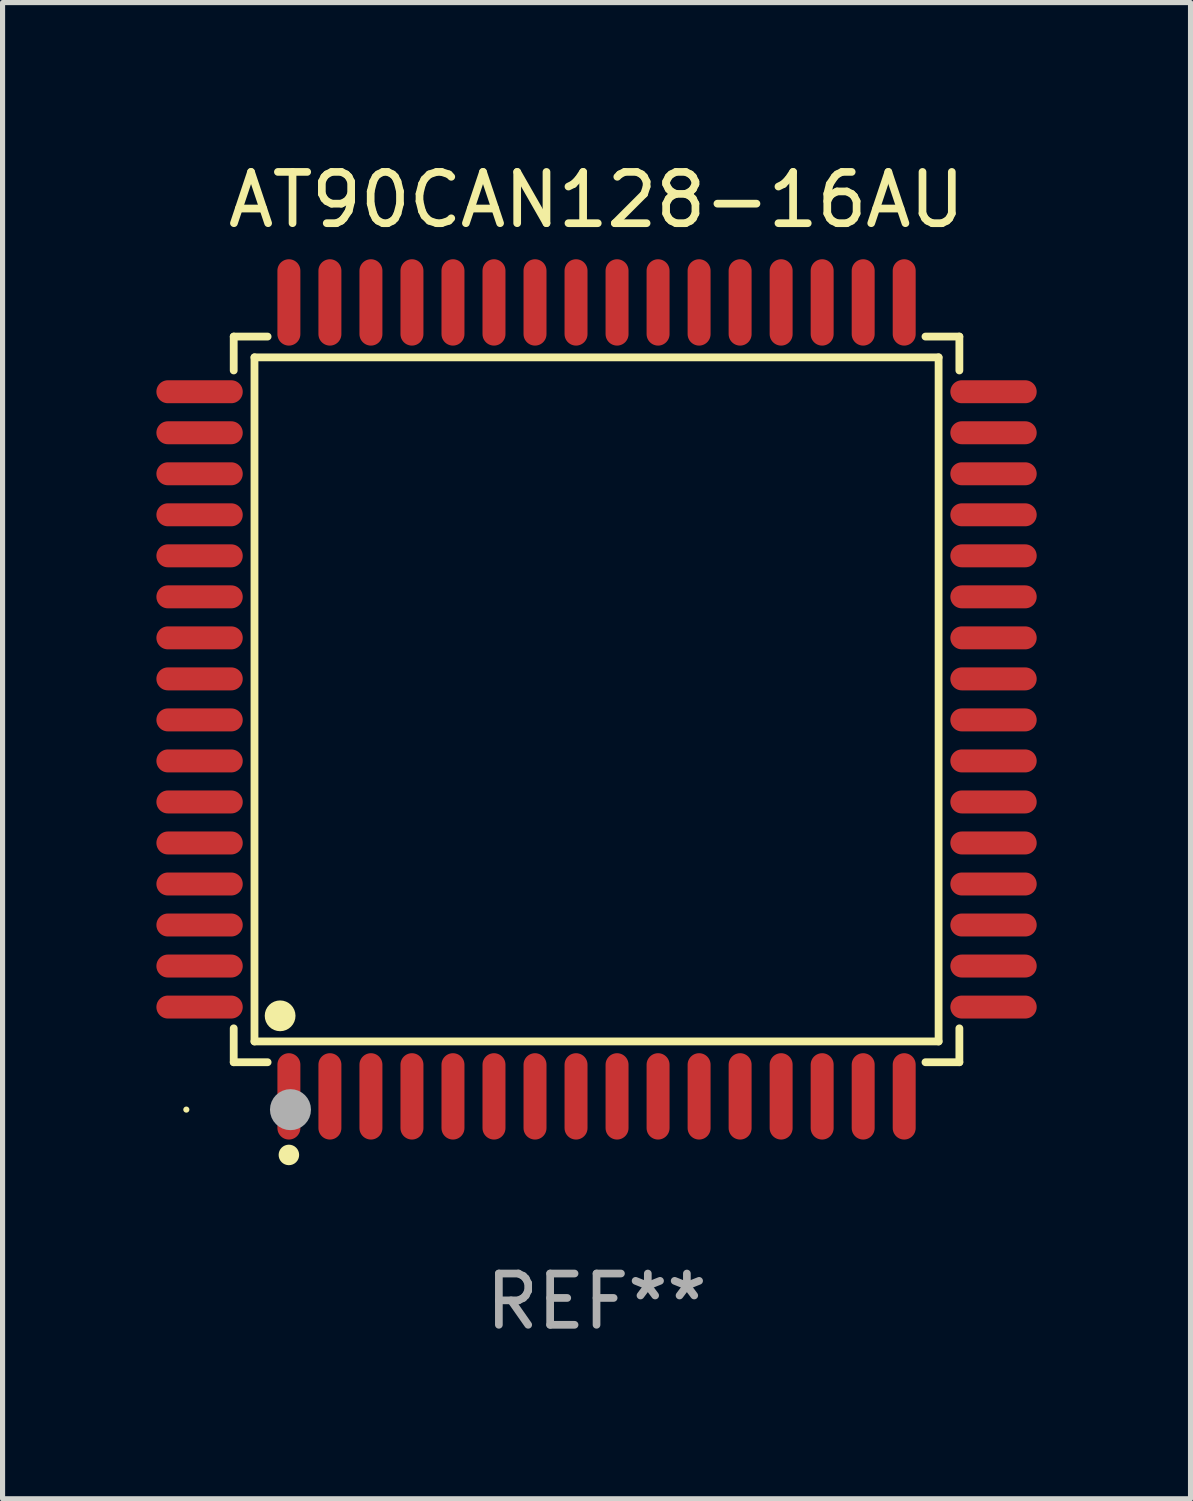
<source format=kicad_pcb>
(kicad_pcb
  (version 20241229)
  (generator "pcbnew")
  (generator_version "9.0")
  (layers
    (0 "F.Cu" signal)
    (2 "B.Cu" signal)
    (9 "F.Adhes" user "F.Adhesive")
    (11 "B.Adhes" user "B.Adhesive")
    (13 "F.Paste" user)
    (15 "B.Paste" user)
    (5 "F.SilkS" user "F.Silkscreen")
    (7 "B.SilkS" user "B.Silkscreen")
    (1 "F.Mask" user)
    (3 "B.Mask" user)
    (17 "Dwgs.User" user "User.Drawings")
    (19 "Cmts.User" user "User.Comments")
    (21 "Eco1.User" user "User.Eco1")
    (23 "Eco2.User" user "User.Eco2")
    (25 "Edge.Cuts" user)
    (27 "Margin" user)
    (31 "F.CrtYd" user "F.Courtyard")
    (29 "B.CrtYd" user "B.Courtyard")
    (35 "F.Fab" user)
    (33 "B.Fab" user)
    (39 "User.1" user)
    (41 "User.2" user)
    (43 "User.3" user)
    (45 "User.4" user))
  (footprint "AT90CAN128-16AU"
    (layer "F.Cu")
    (at 8.584 10.59)
    (property "Reference" "AT90CAN128-16AU" (at 0 -9.742 0) (layer "F.SilkS") (effects (font (size 1 1) (thickness 0.15))))
    (attr through_hole)
    (fp_line (start -7.076 -7.076) (end -6.415 -7.076) (stroke (width 0.152) (type solid)) (layer "F.SilkS"))
    (fp_line (start -7.076 -6.415) (end -7.076 -7.076) (stroke (width 0.152) (type solid)) (layer "F.SilkS"))
    (fp_line (start -7.076 6.415) (end -7.076 7.076) (stroke (width 0.152) (type solid)) (layer "F.SilkS"))
    (fp_line (start -7.076 7.076) (end -6.415 7.076) (stroke (width 0.152) (type solid)) (layer "F.SilkS"))
    (fp_line (start -6.671 -6.671) (end 6.671 -6.671) (stroke (width 0.152) (type solid)) (layer "F.SilkS"))
    (fp_line (start -6.671 6.671) (end -6.671 -6.671) (stroke (width 0.152) (type solid)) (layer "F.SilkS"))
    (fp_line (start 6.671 -6.671) (end 6.671 6.671) (stroke (width 0.152) (type solid)) (layer "F.SilkS"))
    (fp_line (start 6.671 6.671) (end -6.671 6.671) (stroke (width 0.152) (type solid)) (layer "F.SilkS"))
    (fp_line (start 7.076 -7.076) (end 6.415 -7.076) (stroke (width 0.152) (type solid)) (layer "F.SilkS"))
    (fp_line (start 7.076 -6.415) (end 7.076 -7.076) (stroke (width 0.152) (type solid)) (layer "F.SilkS"))
    (fp_line (start 7.076 6.415) (end 7.076 7.076) (stroke (width 0.152) (type solid)) (layer "F.SilkS"))
    (fp_line (start 7.076 7.076) (end 6.415 7.076) (stroke (width 0.152) (type solid)) (layer "F.SilkS"))
    (fp_circle (center -8 8) (end -7.97 8) (stroke (width 0.06) (type solid)) (fill no) (layer "F.SilkS"))
    (fp_circle (center -6.171 6.171) (end -6.021 6.171) (stroke (width 0.3) (type solid)) (fill no) (layer "F.SilkS"))
    (fp_circle (center -6 8.884) (end -5.9 8.884) (stroke (width 0.2) (type solid)) (fill no) (layer "F.SilkS"))
    (fp_circle (center -5.969 8.001) (end -5.769 8.001) (stroke (width 0.4) (type solid)) (fill no) (layer "F.Fab"))
    (fp_text user "REF**" (at 0 11.742 0) (layer "F.Fab") (effects (font (size 1 1) (thickness 0.15))))
    (pad "1" smd oval (at -6 7.742) (size 0.448 1.684) (layers "F.Cu" "F.Mask" "F.Paste"))
    (pad "2" smd oval (at -5.2 7.742) (size 0.448 1.684) (layers "F.Cu" "F.Mask" "F.Paste"))
    (pad "3" smd oval (at -4.4 7.742) (size 0.448 1.684) (layers "F.Cu" "F.Mask" "F.Paste"))
    (pad "4" smd oval (at -3.6 7.742) (size 0.448 1.684) (layers "F.Cu" "F.Mask" "F.Paste"))
    (pad "5" smd oval (at -2.8 7.742) (size 0.448 1.684) (layers "F.Cu" "F.Mask" "F.Paste"))
    (pad "6" smd oval (at -2 7.742) (size 0.448 1.684) (layers "F.Cu" "F.Mask" "F.Paste"))
    (pad "7" smd oval (at -1.2 7.742) (size 0.448 1.684) (layers "F.Cu" "F.Mask" "F.Paste"))
    (pad "8" smd oval (at -0.4 7.742) (size 0.448 1.684) (layers "F.Cu" "F.Mask" "F.Paste"))
    (pad "9" smd oval (at 0.4 7.742) (size 0.448 1.684) (layers "F.Cu" "F.Mask" "F.Paste"))
    (pad "10" smd oval (at 1.2 7.742) (size 0.448 1.684) (layers "F.Cu" "F.Mask" "F.Paste"))
    (pad "11" smd oval (at 2 7.742) (size 0.448 1.684) (layers "F.Cu" "F.Mask" "F.Paste"))
    (pad "12" smd oval (at 2.8 7.742) (size 0.448 1.684) (layers "F.Cu" "F.Mask" "F.Paste"))
    (pad "13" smd oval (at 3.6 7.742) (size 0.448 1.684) (layers "F.Cu" "F.Mask" "F.Paste"))
    (pad "14" smd oval (at 4.4 7.742) (size 0.448 1.684) (layers "F.Cu" "F.Mask" "F.Paste"))
    (pad "15" smd oval (at 5.2 7.742) (size 0.448 1.684) (layers "F.Cu" "F.Mask" "F.Paste"))
    (pad "16" smd oval (at 6 7.742) (size 0.448 1.684) (layers "F.Cu" "F.Mask" "F.Paste"))
    (pad "17" smd oval (at 7.742 6) (size 1.684 0.448) (layers "F.Cu" "F.Mask" "F.Paste"))
    (pad "18" smd oval (at 7.742 5.2) (size 1.684 0.448) (layers "F.Cu" "F.Mask" "F.Paste"))
    (pad "19" smd oval (at 7.742 4.4) (size 1.684 0.448) (layers "F.Cu" "F.Mask" "F.Paste"))
    (pad "20" smd oval (at 7.742 3.6) (size 1.684 0.448) (layers "F.Cu" "F.Mask" "F.Paste"))
    (pad "21" smd oval (at 7.742 2.8) (size 1.684 0.448) (layers "F.Cu" "F.Mask" "F.Paste"))
    (pad "22" smd oval (at 7.742 2) (size 1.684 0.448) (layers "F.Cu" "F.Mask" "F.Paste"))
    (pad "23" smd oval (at 7.742 1.2) (size 1.684 0.448) (layers "F.Cu" "F.Mask" "F.Paste"))
    (pad "24" smd oval (at 7.742 0.4) (size 1.684 0.448) (layers "F.Cu" "F.Mask" "F.Paste"))
    (pad "25" smd oval (at 7.742 -0.4) (size 1.684 0.448) (layers "F.Cu" "F.Mask" "F.Paste"))
    (pad "26" smd oval (at 7.742 -1.2) (size 1.684 0.448) (layers "F.Cu" "F.Mask" "F.Paste"))
    (pad "27" smd oval (at 7.742 -2) (size 1.684 0.448) (layers "F.Cu" "F.Mask" "F.Paste"))
    (pad "28" smd oval (at 7.742 -2.8) (size 1.684 0.448) (layers "F.Cu" "F.Mask" "F.Paste"))
    (pad "29" smd oval (at 7.742 -3.6) (size 1.684 0.448) (layers "F.Cu" "F.Mask" "F.Paste"))
    (pad "30" smd oval (at 7.742 -4.4) (size 1.684 0.448) (layers "F.Cu" "F.Mask" "F.Paste"))
    (pad "31" smd oval (at 7.742 -5.2) (size 1.684 0.448) (layers "F.Cu" "F.Mask" "F.Paste"))
    (pad "32" smd oval (at 7.742 -6) (size 1.684 0.448) (layers "F.Cu" "F.Mask" "F.Paste"))
    (pad "33" smd oval (at 6 -7.742) (size 0.448 1.684) (layers "F.Cu" "F.Mask" "F.Paste"))
    (pad "34" smd oval (at 5.2 -7.742) (size 0.448 1.684) (layers "F.Cu" "F.Mask" "F.Paste"))
    (pad "35" smd oval (at 4.4 -7.742) (size 0.448 1.684) (layers "F.Cu" "F.Mask" "F.Paste"))
    (pad "36" smd oval (at 3.6 -7.742) (size 0.448 1.684) (layers "F.Cu" "F.Mask" "F.Paste"))
    (pad "37" smd oval (at 2.8 -7.742) (size 0.448 1.684) (layers "F.Cu" "F.Mask" "F.Paste"))
    (pad "38" smd oval (at 2 -7.742) (size 0.448 1.684) (layers "F.Cu" "F.Mask" "F.Paste"))
    (pad "39" smd oval (at 1.2 -7.742) (size 0.448 1.684) (layers "F.Cu" "F.Mask" "F.Paste"))
    (pad "40" smd oval (at 0.4 -7.742) (size 0.448 1.684) (layers "F.Cu" "F.Mask" "F.Paste"))
    (pad "41" smd oval (at -0.4 -7.742) (size 0.448 1.684) (layers "F.Cu" "F.Mask" "F.Paste"))
    (pad "42" smd oval (at -1.2 -7.742) (size 0.448 1.684) (layers "F.Cu" "F.Mask" "F.Paste"))
    (pad "43" smd oval (at -2 -7.742) (size 0.448 1.684) (layers "F.Cu" "F.Mask" "F.Paste"))
    (pad "44" smd oval (at -2.8 -7.742) (size 0.448 1.684) (layers "F.Cu" "F.Mask" "F.Paste"))
    (pad "45" smd oval (at -3.6 -7.742) (size 0.448 1.684) (layers "F.Cu" "F.Mask" "F.Paste"))
    (pad "46" smd oval (at -4.4 -7.742) (size 0.448 1.684) (layers "F.Cu" "F.Mask" "F.Paste"))
    (pad "47" smd oval (at -5.2 -7.742) (size 0.448 1.684) (layers "F.Cu" "F.Mask" "F.Paste"))
    (pad "48" smd oval (at -6 -7.742) (size 0.448 1.684) (layers "F.Cu" "F.Mask" "F.Paste"))
    (pad "49" smd oval (at -7.742 -6) (size 1.684 0.448) (layers "F.Cu" "F.Mask" "F.Paste"))
    (pad "50" smd oval (at -7.742 -5.2) (size 1.684 0.448) (layers "F.Cu" "F.Mask" "F.Paste"))
    (pad "51" smd oval (at -7.742 -4.4) (size 1.684 0.448) (layers "F.Cu" "F.Mask" "F.Paste"))
    (pad "52" smd oval (at -7.742 -3.6) (size 1.684 0.448) (layers "F.Cu" "F.Mask" "F.Paste"))
    (pad "53" smd oval (at -7.742 -2.8) (size 1.684 0.448) (layers "F.Cu" "F.Mask" "F.Paste"))
    (pad "54" smd oval (at -7.742 -2) (size 1.684 0.448) (layers "F.Cu" "F.Mask" "F.Paste"))
    (pad "55" smd oval (at -7.742 -1.2) (size 1.684 0.448) (layers "F.Cu" "F.Mask" "F.Paste"))
    (pad "56" smd oval (at -7.742 -0.4) (size 1.684 0.448) (layers "F.Cu" "F.Mask" "F.Paste"))
    (pad "57" smd oval (at -7.742 0.4) (size 1.684 0.448) (layers "F.Cu" "F.Mask" "F.Paste"))
    (pad "58" smd oval (at -7.742 1.2) (size 1.684 0.448) (layers "F.Cu" "F.Mask" "F.Paste"))
    (pad "59" smd oval (at -7.742 2) (size 1.684 0.448) (layers "F.Cu" "F.Mask" "F.Paste"))
    (pad "60" smd oval (at -7.742 2.8) (size 1.684 0.448) (layers "F.Cu" "F.Mask" "F.Paste"))
    (pad "61" smd oval (at -7.742 3.6) (size 1.684 0.448) (layers "F.Cu" "F.Mask" "F.Paste"))
    (pad "62" smd oval (at -7.742 4.4) (size 1.684 0.448) (layers "F.Cu" "F.Mask" "F.Paste"))
    (pad "63" smd oval (at -7.742 5.2) (size 1.684 0.448) (layers "F.Cu" "F.Mask" "F.Paste"))
    (pad "64" smd oval (at -7.742 6) (size 1.684 0.448) (layers "F.Cu" "F.Mask" "F.Paste")))
  (gr_rect
    (start -3 -3)
    (end 20.168 26.18)
    (stroke (width 0.1) (type default))
    (fill no)
    (layer "Edge.Cuts")))
</source>
